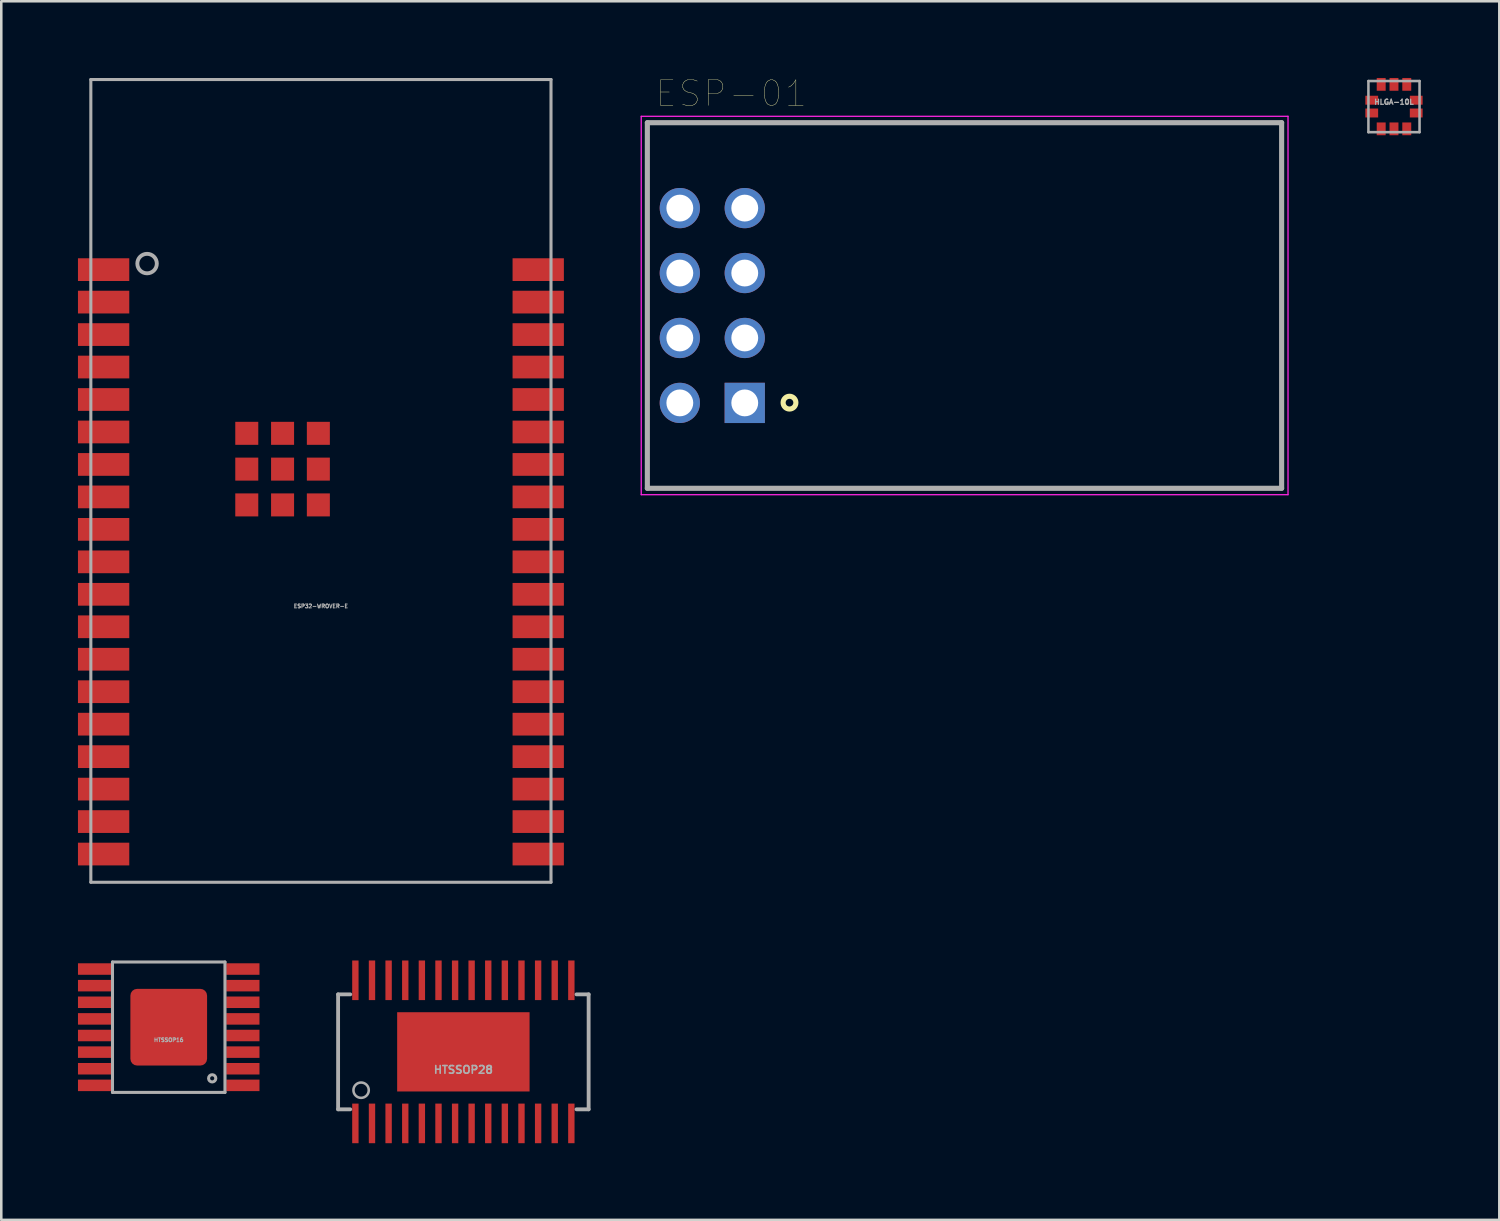
<source format=kicad_pcb>
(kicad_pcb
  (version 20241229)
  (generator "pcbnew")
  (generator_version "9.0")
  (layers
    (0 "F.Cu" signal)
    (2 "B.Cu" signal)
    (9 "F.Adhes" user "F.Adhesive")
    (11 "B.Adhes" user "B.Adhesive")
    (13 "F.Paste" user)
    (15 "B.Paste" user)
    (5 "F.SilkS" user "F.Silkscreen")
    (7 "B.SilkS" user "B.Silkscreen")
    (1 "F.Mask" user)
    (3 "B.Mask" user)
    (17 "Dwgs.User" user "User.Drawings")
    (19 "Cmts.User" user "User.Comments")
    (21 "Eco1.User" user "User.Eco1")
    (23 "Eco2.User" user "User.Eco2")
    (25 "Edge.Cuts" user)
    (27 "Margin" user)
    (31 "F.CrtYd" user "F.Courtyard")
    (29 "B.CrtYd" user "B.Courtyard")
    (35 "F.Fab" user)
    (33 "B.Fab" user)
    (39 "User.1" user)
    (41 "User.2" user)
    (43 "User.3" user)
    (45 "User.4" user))
  (footprint "ESP-01"
    (layer "F.Cu")
    (at 26.082 8.9)
    (property "Reference" "ESP-01" (at -0.525 -8.289 0) (layer "F.SilkS") (effects (font (size 1 1) (thickness 0.015))))
    (attr through_hole)
    (fp_circle (center 1.75 3.8) (end 2 3.8) (stroke (width 0.2) (type solid)) (fill no) (layer "F.SilkS"))
    (fp_line (start -4.05 -7.4) (end 21.25 -7.4) (stroke (width 0.05) (type solid)) (layer "F.CrtYd"))
    (fp_line (start -4.05 7.4) (end -4.05 -7.4) (stroke (width 0.05) (type solid)) (layer "F.CrtYd"))
    (fp_line (start 21.25 -7.4) (end 21.25 7.4) (stroke (width 0.05) (type solid)) (layer "F.CrtYd"))
    (fp_line (start 21.25 7.4) (end -4.05 7.4) (stroke (width 0.05) (type solid)) (layer "F.CrtYd"))
    (fp_line (start -3.81 -7.15) (end 21 -7.15) (stroke (width 0.2) (type solid)) (layer "F.Fab"))
    (fp_line (start -3.81 7.15) (end -3.81 -7.15) (stroke (width 0.2) (type solid)) (layer "F.Fab"))
    (fp_line (start 21 -7.15) (end 21 7.15) (stroke (width 0.2) (type solid)) (layer "F.Fab"))
    (fp_line (start 21 7.15) (end -3.81 7.15) (stroke (width 0.2) (type solid)) (layer "F.Fab"))
    (pad "1" thru_hole rect (at 0 3.81) (size 1.575 1.575) (drill 1.05) (layers "*.Cu" "*.Mask"))
    (pad "2" thru_hole circle (at 0 1.27) (size 1.575 1.575) (drill 1.05) (layers "*.Cu" "*.Mask"))
    (pad "3" thru_hole circle (at 0 -1.27) (size 1.575 1.575) (drill 1.05) (layers "*.Cu" "*.Mask"))
    (pad "4" thru_hole circle (at 0 -3.81) (size 1.575 1.575) (drill 1.05) (layers "*.Cu" "*.Mask"))
    (pad "5" thru_hole circle (at -2.54 -3.81) (size 1.575 1.575) (drill 1.05) (layers "*.Cu" "*.Mask"))
    (pad "6" thru_hole circle (at -2.54 -1.27) (size 1.575 1.575) (drill 1.05) (layers "*.Cu" "*.Mask"))
    (pad "7" thru_hole circle (at -2.54 1.27) (size 1.575 1.575) (drill 1.05) (layers "*.Cu" "*.Mask"))
    (pad "8" thru_hole circle (at -2.54 3.81) (size 1.575 1.575) (drill 1.05) (layers "*.Cu" "*.Mask")))
  (footprint "ESP32-WROVER-E"
    (layer "F.Cu")
    (at 9.503 15.76)
    (property "Reference" "ESP32-WROVER-E" (at 0 4.9 0) (layer "F.Fab") (effects (font (size 0.15 0.15) (thickness 0.037))))
    (attr through_hole)
    (fp_line (start -9 -15.7) (end 9 -15.7) (stroke (width 0.12) (type solid)) (layer "F.Fab"))
    (fp_line (start -9 15.7) (end -9 -15.7) (stroke (width 0.12) (type solid)) (layer "F.Fab"))
    (fp_line (start -9 15.7) (end 9 15.7) (stroke (width 0.12) (type solid)) (layer "F.Fab"))
    (fp_line (start 9 -15.7) (end 9 15.7) (stroke (width 0.12) (type solid)) (layer "F.Fab"))
    (fp_circle (center -6.8 -8.5) (end -6.419 -8.5) (stroke (width 0.152) (type solid)) (fill no) (layer "F.Fab"))
    (pad "1" smd rect (at -8.5 -8.263) (size 2.007 0.889) (layers "F.Cu" "F.Mask" "F.Paste"))
    (pad "2" smd rect (at -8.5 -6.993) (size 2.007 0.889) (layers "F.Cu" "F.Mask" "F.Paste"))
    (pad "3" smd rect (at -8.5 -5.723) (size 2.007 0.889) (layers "F.Cu" "F.Mask" "F.Paste"))
    (pad "4" smd rect (at -8.5 -4.453) (size 2.007 0.889) (layers "F.Cu" "F.Mask" "F.Paste"))
    (pad "5" smd rect (at -8.5 -3.183) (size 2.007 0.889) (layers "F.Cu" "F.Mask" "F.Paste"))
    (pad "6" smd rect (at -8.5 -1.913) (size 2.007 0.889) (layers "F.Cu" "F.Mask" "F.Paste"))
    (pad "7" smd rect (at -8.5 -0.643) (size 2.007 0.889) (layers "F.Cu" "F.Mask" "F.Paste"))
    (pad "8" smd rect (at -8.5 0.627) (size 2.007 0.889) (layers "F.Cu" "F.Mask" "F.Paste"))
    (pad "9" smd rect (at -8.5 1.897) (size 2.007 0.889) (layers "F.Cu" "F.Mask" "F.Paste"))
    (pad "10" smd rect (at -8.5 3.167) (size 2.007 0.889) (layers "F.Cu" "F.Mask" "F.Paste"))
    (pad "11" smd rect (at -8.5 4.437) (size 2.007 0.889) (layers "F.Cu" "F.Mask" "F.Paste"))
    (pad "12" smd rect (at -8.5 5.707) (size 2.007 0.889) (layers "F.Cu" "F.Mask" "F.Paste"))
    (pad "13" smd rect (at -8.5 6.977) (size 2.007 0.889) (layers "F.Cu" "F.Mask" "F.Paste"))
    (pad "14" smd rect (at -8.5 8.247) (size 2.007 0.889) (layers "F.Cu" "F.Mask" "F.Paste"))
    (pad "15" smd rect (at -8.5 9.517) (size 2.007 0.889) (layers "F.Cu" "F.Mask" "F.Paste"))
    (pad "16" smd rect (at -8.5 10.787) (size 2.007 0.889) (layers "F.Cu" "F.Mask" "F.Paste"))
    (pad "17" smd rect (at -8.5 12.057) (size 2.007 0.889) (layers "F.Cu" "F.Mask" "F.Paste"))
    (pad "18" smd rect (at -8.5 13.327) (size 2.007 0.889) (layers "F.Cu" "F.Mask" "F.Paste"))
    (pad "19" smd rect (at -8.5 14.597) (size 2.007 0.889) (layers "F.Cu" "F.Mask" "F.Paste"))
    (pad "20" smd rect (at 8.5 14.597) (size 2.007 0.889) (layers "F.Cu" "F.Mask" "F.Paste"))
    (pad "21" smd rect (at 8.5 13.327) (size 2.007 0.889) (layers "F.Cu" "F.Mask" "F.Paste"))
    (pad "22" smd rect (at 8.5 12.057) (size 2.007 0.889) (layers "F.Cu" "F.Mask" "F.Paste"))
    (pad "23" smd rect (at 8.5 10.787) (size 2.007 0.889) (layers "F.Cu" "F.Mask" "F.Paste"))
    (pad "24" smd rect (at 8.5 9.517) (size 2.007 0.889) (layers "F.Cu" "F.Mask" "F.Paste"))
    (pad "25" smd rect (at 8.5 8.247) (size 2.007 0.889) (layers "F.Cu" "F.Mask" "F.Paste"))
    (pad "26" smd rect (at 8.5 6.977) (size 2.007 0.889) (layers "F.Cu" "F.Mask" "F.Paste"))
    (pad "27" smd rect (at 8.5 5.707) (size 2.007 0.889) (layers "F.Cu" "F.Mask" "F.Paste"))
    (pad "28" smd rect (at 8.5 4.437) (size 2.007 0.889) (layers "F.Cu" "F.Mask" "F.Paste"))
    (pad "29" smd rect (at 8.5 3.167) (size 2.007 0.889) (layers "F.Cu" "F.Mask" "F.Paste"))
    (pad "30" smd rect (at 8.5 1.897) (size 2.007 0.889) (layers "F.Cu" "F.Mask" "F.Paste"))
    (pad "31" smd rect (at 8.5 0.627) (size 2.007 0.889) (layers "F.Cu" "F.Mask" "F.Paste"))
    (pad "32" smd rect (at 8.5 -0.643) (size 2.007 0.889) (layers "F.Cu" "F.Mask" "F.Paste"))
    (pad "33" smd rect (at 8.5 -1.913) (size 2.007 0.889) (layers "F.Cu" "F.Mask" "F.Paste"))
    (pad "34" smd rect (at 8.5 -3.183) (size 2.007 0.889) (layers "F.Cu" "F.Mask" "F.Paste"))
    (pad "35" smd rect (at 8.5 -4.453) (size 2.007 0.889) (layers "F.Cu" "F.Mask" "F.Paste"))
    (pad "36" smd rect (at 8.5 -5.723) (size 2.007 0.889) (layers "F.Cu" "F.Mask" "F.Paste"))
    (pad "37" smd rect (at 8.5 -6.993) (size 2.007 0.889) (layers "F.Cu" "F.Mask" "F.Paste"))
    (pad "38" smd rect (at 8.5 -8.263) (size 2.007 0.889) (layers "F.Cu" "F.Mask" "F.Paste"))
    (pad "39" smd rect (at -2.9 -1.86) (size 0.9 0.9) (layers "F.Cu" "F.Mask" "F.Paste"))
    (pad "39" smd rect (at -2.9 -0.46) (size 0.9 0.9) (layers "F.Cu" "F.Mask" "F.Paste"))
    (pad "39" smd rect (at -2.9 0.94) (size 0.9 0.9) (layers "F.Cu" "F.Mask" "F.Paste"))
    (pad "39" smd rect (at -1.5 -1.86) (size 0.9 0.9) (layers "F.Cu" "F.Mask" "F.Paste"))
    (pad "39" smd rect (at -1.5 -0.46) (size 0.9 0.9) (layers "F.Cu" "F.Mask" "F.Paste"))
    (pad "39" smd rect (at -1.5 0.94) (size 0.9 0.9) (layers "F.Cu" "F.Mask" "F.Paste"))
    (pad "39" smd rect (at -0.1 -1.86) (size 0.9 0.9) (layers "F.Cu" "F.Mask" "F.Paste"))
    (pad "39" smd rect (at -0.1 -0.46) (size 0.9 0.9) (layers "F.Cu" "F.Mask" "F.Paste"))
    (pad "39" smd rect (at -0.1 0.94) (size 0.9 0.9) (layers "F.Cu" "F.Mask" "F.Paste")))
  (footprint "HLGA-10L"
    (layer "F.Cu")
    (at 51.477 1.12)
    (property "Reference" "HLGA-10L" (at 0 -0.18 0) (layer "F.Fab") (effects (font (size 0.2 0.2) (thickness 0.05))))
    (attr through_hole)
    (fp_line (start -1 -1) (end 1 -1) (stroke (width 0.1) (type solid)) (layer "F.Fab"))
    (fp_line (start -1 1) (end -1 -1) (stroke (width 0.1) (type solid)) (layer "F.Fab"))
    (fp_line (start 1 -1) (end 1 1) (stroke (width 0.1) (type solid)) (layer "F.Fab"))
    (fp_line (start 1 1) (end -1 1) (stroke (width 0.1) (type solid)) (layer "F.Fab"))
    (pad "1" smd rect (at 0.87 -0.25 90) (size 0.35 0.5) (layers "F.Cu" "F.Mask" "F.Paste"))
    (pad "2" smd rect (at 0.87 0.25 90) (size 0.35 0.5) (layers "F.Cu" "F.Mask" "F.Paste"))
    (pad "3" smd rect (at 0.5 0.87) (size 0.35 0.5) (layers "F.Cu" "F.Mask" "F.Paste"))
    (pad "4" smd rect (at 0 0.87) (size 0.35 0.5) (layers "F.Cu" "F.Mask" "F.Paste"))
    (pad "5" smd rect (at -0.5 0.87) (size 0.35 0.5) (layers "F.Cu" "F.Mask" "F.Paste"))
    (pad "6" smd rect (at -0.87 0.25 90) (size 0.35 0.5) (layers "F.Cu" "F.Mask" "F.Paste"))
    (pad "7" smd rect (at -0.87 -0.25 90) (size 0.35 0.5) (layers "F.Cu" "F.Mask" "F.Paste"))
    (pad "8" smd rect (at -0.5 -0.87) (size 0.35 0.5) (layers "F.Cu" "F.Mask" "F.Paste"))
    (pad "9" smd rect (at 0 -0.87) (size 0.35 0.5) (layers "F.Cu" "F.Mask" "F.Paste"))
    (pad "10" smd rect (at 0.5 -0.87) (size 0.35 0.5) (layers "F.Cu" "F.Mask" "F.Paste")))
  (footprint "HTSSOP28"
    (layer "F.Cu")
    (at 15.075 38.094)
    (property "Reference" "HTSSOP28" (at 0 0.7 0) (layer "F.Fab") (effects (font (size 0.3 0.3) (thickness 0.064))))
    (attr through_hole)
    (fp_line (start -4.9 -2.248) (end -4.9 2.248) (stroke (width 0.15) (type solid)) (layer "F.Fab"))
    (fp_line (start -4.9 -2.248) (end -4.425 -2.248) (stroke (width 0.15) (type solid)) (layer "F.Fab"))
    (fp_line (start -4.9 2.248) (end -4.425 2.248) (stroke (width 0.15) (type solid)) (layer "F.Fab"))
    (fp_line (start 4.425 -2.248) (end 4.9 -2.248) (stroke (width 0.15) (type solid)) (layer "F.Fab"))
    (fp_line (start 4.425 2.248) (end 4.9 2.248) (stroke (width 0.15) (type solid)) (layer "F.Fab"))
    (fp_line (start 4.9 -2.248) (end 4.9 2.248) (stroke (width 0.15) (type solid)) (layer "F.Fab"))
    (fp_circle (center -4 1.5) (end -3.7 1.5) (stroke (width 0.1) (type solid)) (fill no) (layer "F.Fab"))
    (pad "1" smd rect (at -4.224 2.799 180) (size 0.249 1.549) (layers "F.Cu" "F.Mask" "F.Paste"))
    (pad "2" smd rect (at -3.574 2.799 180) (size 0.249 1.549) (layers "F.Cu" "F.Mask" "F.Paste"))
    (pad "3" smd rect (at -2.924 2.799 180) (size 0.249 1.549) (layers "F.Cu" "F.Mask" "F.Paste"))
    (pad "4" smd rect (at -2.273 2.799 180) (size 0.249 1.549) (layers "F.Cu" "F.Mask" "F.Paste"))
    (pad "5" smd rect (at -1.623 2.799 180) (size 0.249 1.549) (layers "F.Cu" "F.Mask" "F.Paste"))
    (pad "6" smd rect (at -0.973 2.799 180) (size 0.249 1.549) (layers "F.Cu" "F.Mask" "F.Paste"))
    (pad "7" smd rect (at -0.323 2.799 180) (size 0.249 1.549) (layers "F.Cu" "F.Mask" "F.Paste"))
    (pad "8" smd rect (at 0.323 2.799 180) (size 0.249 1.549) (layers "F.Cu" "F.Mask" "F.Paste"))
    (pad "9" smd rect (at 0.973 2.799 180) (size 0.249 1.549) (layers "F.Cu" "F.Mask" "F.Paste"))
    (pad "10" smd rect (at 1.623 2.799 180) (size 0.249 1.549) (layers "F.Cu" "F.Mask" "F.Paste"))
    (pad "11" smd rect (at 2.273 2.799 180) (size 0.249 1.549) (layers "F.Cu" "F.Mask" "F.Paste"))
    (pad "12" smd rect (at 2.924 2.799 180) (size 0.249 1.549) (layers "F.Cu" "F.Mask" "F.Paste"))
    (pad "13" smd rect (at 3.574 2.799 180) (size 0.249 1.549) (layers "F.Cu" "F.Mask" "F.Paste"))
    (pad "14" smd rect (at 4.224 2.799 180) (size 0.249 1.549) (layers "F.Cu" "F.Mask" "F.Paste"))
    (pad "15" smd rect (at 4.224 -2.799) (size 0.249 1.549) (layers "F.Cu" "F.Mask" "F.Paste"))
    (pad "16" smd rect (at 3.574 -2.799) (size 0.249 1.549) (layers "F.Cu" "F.Mask" "F.Paste"))
    (pad "17" smd rect (at 2.924 -2.799) (size 0.249 1.549) (layers "F.Cu" "F.Mask" "F.Paste"))
    (pad "18" smd rect (at 2.273 -2.799) (size 0.249 1.549) (layers "F.Cu" "F.Mask" "F.Paste"))
    (pad "19" smd rect (at 1.623 -2.799) (size 0.249 1.549) (layers "F.Cu" "F.Mask" "F.Paste"))
    (pad "20" smd rect (at 0.973 -2.799) (size 0.249 1.549) (layers "F.Cu" "F.Mask" "F.Paste"))
    (pad "21" smd rect (at 0.323 -2.799) (size 0.249 1.549) (layers "F.Cu" "F.Mask" "F.Paste"))
    (pad "22" smd rect (at -0.323 -2.799) (size 0.249 1.549) (layers "F.Cu" "F.Mask" "F.Paste"))
    (pad "23" smd rect (at -0.973 -2.799) (size 0.249 1.549) (layers "F.Cu" "F.Mask" "F.Paste"))
    (pad "24" smd rect (at -1.623 -2.799) (size 0.249 1.549) (layers "F.Cu" "F.Mask" "F.Paste"))
    (pad "25" smd rect (at -2.273 -2.799) (size 0.249 1.549) (layers "F.Cu" "F.Mask" "F.Paste"))
    (pad "26" smd rect (at -2.924 -2.799) (size 0.249 1.549) (layers "F.Cu" "F.Mask" "F.Paste"))
    (pad "27" smd rect (at -3.574 -2.799) (size 0.249 1.549) (layers "F.Cu" "F.Mask" "F.Paste"))
    (pad "28" smd rect (at -4.224 -2.799) (size 0.249 1.549) (layers "F.Cu" "F.Mask" "F.Paste"))
    (pad "EP" smd rect (at 0 0) (size 5.18 3.1) (layers "F.Cu" "F.Mask" "F.Paste")))
  (footprint "HTSSOP16"
    (layer "F.Cu")
    (at 3.55 37.13)
    (property "Reference" "HTSSOP16" (at 0 0.5 0) (layer "F.Fab") (effects (font (size 0.15 0.15) (thickness 0.037))))
    (attr through_hole)
    (fp_line (start -2.2 -2.55) (end 2.2 -2.55) (stroke (width 0.12) (type solid)) (layer "F.Fab"))
    (fp_line (start -2.2 2.55) (end -2.2 -2.55) (stroke (width 0.12) (type solid)) (layer "F.Fab"))
    (fp_line (start 2.2 -2.55) (end 2.2 2.55) (stroke (width 0.12) (type solid)) (layer "F.Fab"))
    (fp_line (start 2.2 2.55) (end -2.2 2.55) (stroke (width 0.12) (type solid)) (layer "F.Fab"))
    (fp_circle (center 1.7 2) (end 1.8 2.1) (stroke (width 0.12) (type solid)) (fill no) (layer "F.Fab"))
    (pad "1" smd rect (at 2.9 2.275) (size 1.3 0.45) (layers "F.Cu" "F.Mask" "F.Paste"))
    (pad "2" smd rect (at 2.9 1.625) (size 1.3 0.45) (layers "F.Cu" "F.Mask" "F.Paste"))
    (pad "3" smd rect (at 2.9 0.975) (size 1.3 0.45) (layers "F.Cu" "F.Mask" "F.Paste"))
    (pad "4" smd rect (at 2.9 0.325) (size 1.3 0.45) (layers "F.Cu" "F.Mask" "F.Paste"))
    (pad "5" smd rect (at 2.9 -0.325) (size 1.3 0.45) (layers "F.Cu" "F.Mask" "F.Paste"))
    (pad "6" smd rect (at 2.9 -0.975) (size 1.3 0.45) (layers "F.Cu" "F.Mask" "F.Paste"))
    (pad "7" smd rect (at 2.9 -1.625) (size 1.3 0.45) (layers "F.Cu" "F.Mask" "F.Paste"))
    (pad "8" smd rect (at 2.9 -2.275) (size 1.3 0.45) (layers "F.Cu" "F.Mask" "F.Paste"))
    (pad "9" smd rect (at -2.9 -2.275) (size 1.3 0.45) (layers "F.Cu" "F.Mask" "F.Paste"))
    (pad "10" smd rect (at -2.9 -1.625) (size 1.3 0.45) (layers "F.Cu" "F.Mask" "F.Paste"))
    (pad "11" smd rect (at -2.9 -0.975) (size 1.3 0.45) (layers "F.Cu" "F.Mask" "F.Paste"))
    (pad "12" smd rect (at -2.9 -0.325) (size 1.3 0.45) (layers "F.Cu" "F.Mask" "F.Paste"))
    (pad "13" smd rect (at -2.9 0.325) (size 1.3 0.45) (layers "F.Cu" "F.Mask" "F.Paste"))
    (pad "14" smd rect (at -2.9 0.975) (size 1.3 0.45) (layers "F.Cu" "F.Mask" "F.Paste"))
    (pad "15" smd rect (at -2.9 1.625) (size 1.3 0.45) (layers "F.Cu" "F.Mask" "F.Paste"))
    (pad "16" smd rect (at -2.9 2.275) (size 1.3 0.45) (layers "F.Cu" "F.Mask" "F.Paste"))
    (pad "EXP" smd roundrect (at 0 0) (size 3 3) (layers "F.Cu" "F.Mask" "F.Paste") (roundrect_rratio 0.088)))
  (gr_rect
    (start -3 -3)
    (end 55.597 44.668)
    (stroke (width 0.1) (type default))
    (fill no)
    (layer "Edge.Cuts")))
</source>
